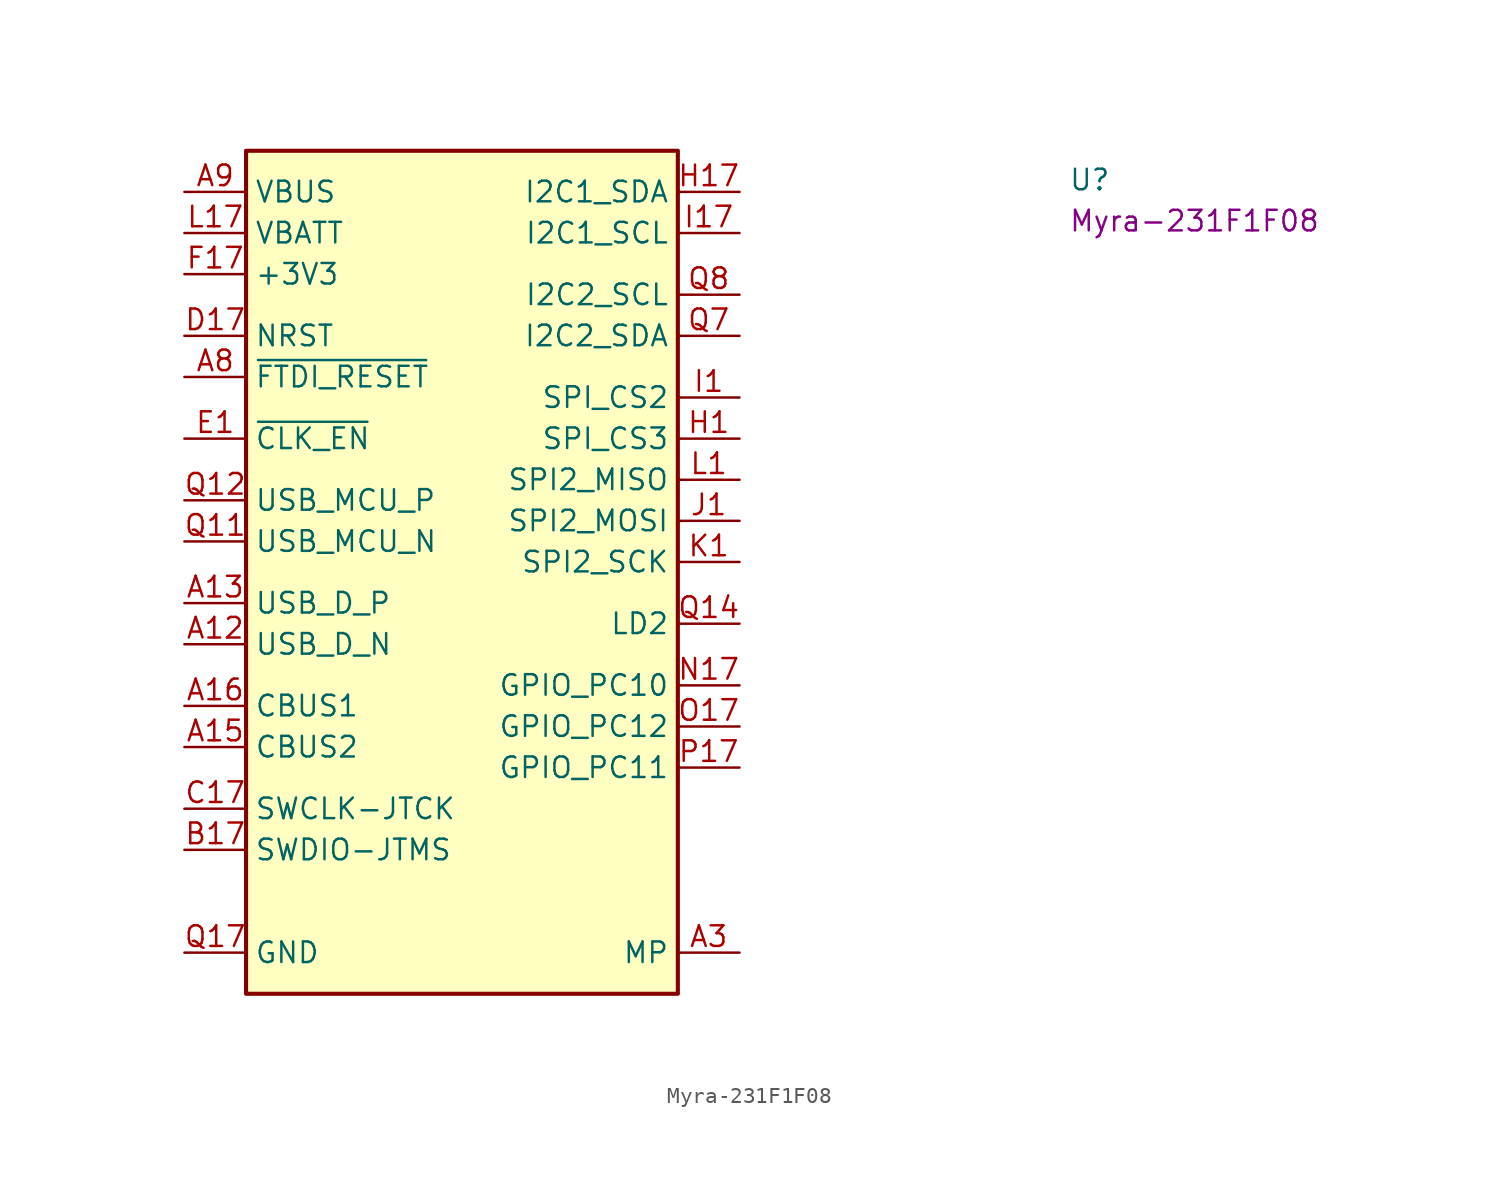
<source format=kicad_sym>
(kicad_symbol_lib
  (version 20220914)
  (generator kicad_symbol_editor)
  (symbol "Myra-231F1F08"
    (property "Reference" "U"
      (at 54.61 0 0)
      (effects (font (size 1.27 1.27) (thickness 0.15)) (justify left bottom)))
    (property "MPN" "Myra-231F1F08"
      (at 54.61 -2.54 0)
      (effects (font (size 1.27 1.27)) (justify left bottom)))
    (symbol "Myra-231F1F08_1_1"
      (rectangle (start 3.81 2.54) (end 30.48 -49.53) (stroke (width 0.254) (type default)) (fill (type background)))
      (pin passive line (at 34.29 -46.99 180) (length 3.81) hide (name "MP" (effects (font (size 1.27 1.27)))) (number "A1" (effects (font (size 1.27 1.27)))))
      (pin passive line (at 0 0 0) (length 3.81) hide (name "VBUS" (effects (font (size 1.27 1.27)))) (number "A10" (effects (font (size 1.27 1.27)))))
      (pin passive line (at 0 -46.99 0) (length 3.81) hide (name "GND" (effects (font (size 1.27 1.27)))) (number "A11" (effects (font (size 1.27 1.27)))))
      (pin bidirectional line (at 0 -27.94 0) (length 3.81) (name "USB_D_N" (effects (font (size 1.27 1.27)))) (number "A12" (effects (font (size 1.27 1.27)))))
      (pin bidirectional line (at 0 -25.4 0) (length 3.81) (name "USB_D_P" (effects (font (size 1.27 1.27)))) (number "A13" (effects (font (size 1.27 1.27)))))
      (pin passive line (at 0 -46.99 0) (length 3.81) hide (name "GND" (effects (font (size 1.27 1.27)))) (number "A14" (effects (font (size 1.27 1.27)))))
      (pin bidirectional line (at 0 -34.29 0) (length 3.81) (name "CBUS2" (effects (font (size 1.27 1.27)))) (number "A15" (effects (font (size 1.27 1.27)))))
      (pin bidirectional line (at 0 -31.75 0) (length 3.81) (name "CBUS1" (effects (font (size 1.27 1.27)))) (number "A16" (effects (font (size 1.27 1.27)))))
      (pin passive line (at 0 -46.99 0) (length 3.81) hide (name "GND" (effects (font (size 1.27 1.27)))) (number "A17" (effects (font (size 1.27 1.27)))))
      (pin passive line (at 34.29 -46.99 180) (length 3.81) hide (name "MP" (effects (font (size 1.27 1.27)))) (number "A2" (effects (font (size 1.27 1.27)))))
      (pin passive line (at 34.29 -46.99 180) (length 3.81) (name "MP" (effects (font (size 1.27 1.27)))) (number "A3" (effects (font (size 1.27 1.27)))))
      (pin passive line (at 34.29 -46.99 180) (length 3.81) hide (name "MP" (effects (font (size 1.27 1.27)))) (number "A4" (effects (font (size 1.27 1.27)))))
      (pin passive line (at 34.29 -46.99 180) (length 3.81) hide (name "MP" (effects (font (size 1.27 1.27)))) (number "A5" (effects (font (size 1.27 1.27)))))
      (pin passive line (at 34.29 -46.99 180) (length 3.81) hide (name "MP" (effects (font (size 1.27 1.27)))) (number "A6" (effects (font (size 1.27 1.27)))))
      (pin passive line (at 0 -46.99 0) (length 3.81) hide (name "GND" (effects (font (size 1.27 1.27)))) (number "A7" (effects (font (size 1.27 1.27)))))
      (pin passive line (at 0 -11.43 0) (length 3.81) (name "~{FTDI_RESET}" (effects (font (size 1.27 1.27)))) (number "A8" (effects (font (size 1.27 1.27)))))
      (pin power_in line (at 0 0 0) (length 3.81) (name "VBUS" (effects (font (size 1.27 1.27)))) (number "A9" (effects (font (size 1.27 1.27)))))
      (pin passive line (at 34.29 -46.99 180) (length 3.81) hide (name "MP" (effects (font (size 1.27 1.27)))) (number "B1" (effects (font (size 1.27 1.27)))))
      (pin bidirectional line (at 0 -40.64 0) (length 3.81) (name "SWDIO-JTMS" (effects (font (size 1.27 1.27)))) (number "B17" (effects (font (size 1.27 1.27)))))
      (pin passive line (at 34.29 -46.99 180) (length 3.81) hide (name "MP" (effects (font (size 1.27 1.27)))) (number "C1" (effects (font (size 1.27 1.27)))))
      (pin input line (at 0 -38.1 0) (length 3.81) (name "SWCLK-JTCK" (effects (font (size 1.27 1.27)))) (number "C17" (effects (font (size 1.27 1.27)))))
      (pin passive line (at 0 -46.99 0) (length 3.81) hide (name "GND" (effects (font (size 1.27 1.27)))) (number "D1" (effects (font (size 1.27 1.27)))))
      (pin passive line (at 0 -8.89 0) (length 3.81) (name "NRST" (effects (font (size 1.27 1.27)))) (number "D17" (effects (font (size 1.27 1.27)))))
      (pin passive line (at 0 -15.24 0) (length 3.81) (name "~{CLK_EN}" (effects (font (size 1.27 1.27)))) (number "E1" (effects (font (size 1.27 1.27)))))
      (pin passive line (at 0 -46.99 0) (length 3.81) hide (name "GND" (effects (font (size 1.27 1.27)))) (number "E17" (effects (font (size 1.27 1.27)))))
      (pin passive line (at 0 -46.99 0) (length 3.81) hide (name "GND" (effects (font (size 1.27 1.27)))) (number "F1" (effects (font (size 1.27 1.27)))))
      (pin power_out line (at 0 -5.08 0) (length 3.81) (name "+3V3" (effects (font (size 1.27 1.27)))) (number "F17" (effects (font (size 1.27 1.27)))))
      (pin passive line (at 0 -46.99 0) (length 3.81) hide (name "GND" (effects (font (size 1.27 1.27)))) (number "G1" (effects (font (size 1.27 1.27)))))
      (pin passive line (at 0 -46.99 0) (length 3.81) hide (name "GND" (effects (font (size 1.27 1.27)))) (number "G17" (effects (font (size 1.27 1.27)))))
      (pin output line (at 34.29 -15.24 180) (length 3.81) (name "SPI_CS3" (effects (font (size 1.27 1.27)))) (number "H1" (effects (font (size 1.27 1.27)))))
      (pin open_collector line (at 34.29 0 180) (length 3.81) (name "I2C1_SDA" (effects (font (size 1.27 1.27)))) (number "H17" (effects (font (size 1.27 1.27)))))
      (pin output line (at 34.29 -12.7 180) (length 3.81) (name "SPI_CS2" (effects (font (size 1.27 1.27)))) (number "I1" (effects (font (size 1.27 1.27)))))
      (pin open_collector line (at 34.29 -2.54 180) (length 3.81) (name "I2C1_SCL" (effects (font (size 1.27 1.27)))) (number "I17" (effects (font (size 1.27 1.27)))))
      (pin bidirectional line (at 34.29 -20.32 180) (length 3.81) (name "SPI2_MOSI" (effects (font (size 1.27 1.27)))) (number "J1" (effects (font (size 1.27 1.27)))))
      (pin passive line (at 0 -46.99 0) (length 3.81) hide (name "GND" (effects (font (size 1.27 1.27)))) (number "J17" (effects (font (size 1.27 1.27)))))
      (pin bidirectional line (at 34.29 -22.86 180) (length 3.81) (name "SPI2_SCK" (effects (font (size 1.27 1.27)))) (number "K1" (effects (font (size 1.27 1.27)))))
      (pin passive line (at 0 -46.99 0) (length 3.81) hide (name "GND" (effects (font (size 1.27 1.27)))) (number "K17" (effects (font (size 1.27 1.27)))))
      (pin bidirectional line (at 34.29 -17.78 180) (length 3.81) (name "SPI2_MISO" (effects (font (size 1.27 1.27)))) (number "L1" (effects (font (size 1.27 1.27)))))
      (pin power_in line (at 0 -2.54 0) (length 3.81) (name "VBATT" (effects (font (size 1.27 1.27)))) (number "L17" (effects (font (size 1.27 1.27)))))
      (pin passive line (at 0 -46.99 0) (length 3.81) hide (name "GND" (effects (font (size 1.27 1.27)))) (number "M1" (effects (font (size 1.27 1.27)))))
      (pin passive line (at 0 -46.99 0) (length 3.81) hide (name "GND" (effects (font (size 1.27 1.27)))) (number "M17" (effects (font (size 1.27 1.27)))))
      (pin no_connect line (at 30.48 -43.18 180) (length 3.81) hide (name "" (effects (font (size 1.27 1.27)))) (number "N1" (effects (font (size 1.27 1.27)))))
      (pin bidirectional line (at 34.29 -30.48 180) (length 3.81) (name "GPIO_PC10" (effects (font (size 1.27 1.27)))) (number "N17" (effects (font (size 1.27 1.27)))))
      (pin no_connect line (at 3.81 -43.18 0) (length 3.81) hide (name "" (effects (font (size 1.27 1.27)))) (number "O1" (effects (font (size 1.27 1.27)))))
      (pin bidirectional line (at 34.29 -33.02 180) (length 3.81) (name "GPIO_PC12" (effects (font (size 1.27 1.27)))) (number "O17" (effects (font (size 1.27 1.27)))))
      (pin no_connect line (at 3.81 -44.45 0) (length 3.81) hide (name "" (effects (font (size 1.27 1.27)))) (number "P1" (effects (font (size 1.27 1.27)))))
      (pin bidirectional line (at 34.29 -35.56 180) (length 3.81) (name "GPIO_PC11" (effects (font (size 1.27 1.27)))) (number "P17" (effects (font (size 1.27 1.27)))))
      (pin no_connect line (at 30.48 -38.1 180) (length 3.81) hide (name "" (effects (font (size 1.27 1.27)))) (number "Q1" (effects (font (size 1.27 1.27)))))
      (pin passive line (at 0 -46.99 0) (length 3.81) hide (name "GND" (effects (font (size 1.27 1.27)))) (number "Q10" (effects (font (size 1.27 1.27)))))
      (pin bidirectional line (at 0 -21.59 0) (length 3.81) (name "USB_MCU_N" (effects (font (size 1.27 1.27)))) (number "Q11" (effects (font (size 1.27 1.27)))))
      (pin bidirectional line (at 0 -19.05 0) (length 3.81) (name "USB_MCU_P" (effects (font (size 1.27 1.27)))) (number "Q12" (effects (font (size 1.27 1.27)))))
      (pin passive line (at 0 -46.99 0) (length 3.81) hide (name "GND" (effects (font (size 1.27 1.27)))) (number "Q13" (effects (font (size 1.27 1.27)))))
      (pin output line (at 34.29 -26.67 180) (length 3.81) (name "LD2" (effects (font (size 1.27 1.27)))) (number "Q14" (effects (font (size 1.27 1.27)))))
      (pin passive line (at 0 -46.99 0) (length 3.81) hide (name "GND" (effects (font (size 1.27 1.27)))) (number "Q15" (effects (font (size 1.27 1.27)))))
      (pin passive line (at 0 -46.99 0) (length 3.81) hide (name "GND" (effects (font (size 1.27 1.27)))) (number "Q16" (effects (font (size 1.27 1.27)))))
      (pin power_in line (at 0 -46.99 0) (length 3.81) (name "GND" (effects (font (size 1.27 1.27)))) (number "Q17" (effects (font (size 1.27 1.27)))))
      (pin no_connect line (at 30.48 -39.37 180) (length 3.81) hide (name "" (effects (font (size 1.27 1.27)))) (number "Q2" (effects (font (size 1.27 1.27)))))
      (pin no_connect line (at 30.48 -40.64 180) (length 3.81) hide (name "" (effects (font (size 1.27 1.27)))) (number "Q3" (effects (font (size 1.27 1.27)))))
      (pin no_connect line (at 30.48 -41.91 180) (length 3.81) hide (name "" (effects (font (size 1.27 1.27)))) (number "Q4" (effects (font (size 1.27 1.27)))))
      (pin passive line (at 0 -46.99 0) (length 3.81) hide (name "GND" (effects (font (size 1.27 1.27)))) (number "Q5" (effects (font (size 1.27 1.27)))))
      (pin passive line (at 0 -5.08 0) (length 3.81) hide (name "+3V3" (effects (font (size 1.27 1.27)))) (number "Q6" (effects (font (size 1.27 1.27)))))
      (pin open_collector line (at 34.29 -8.89 180) (length 3.81) (name "I2C2_SDA" (effects (font (size 1.27 1.27)))) (number "Q7" (effects (font (size 1.27 1.27)))))
      (pin open_collector line (at 34.29 -6.35 180) (length 3.81) (name "I2C2_SCL" (effects (font (size 1.27 1.27)))) (number "Q8" (effects (font (size 1.27 1.27)))))
      (pin passive line (at 0 -46.99 0) (length 3.81) hide (name "GND" (effects (font (size 1.27 1.27)))) (number "Q9" (effects (font (size 1.27 1.27))))))))
</source>
